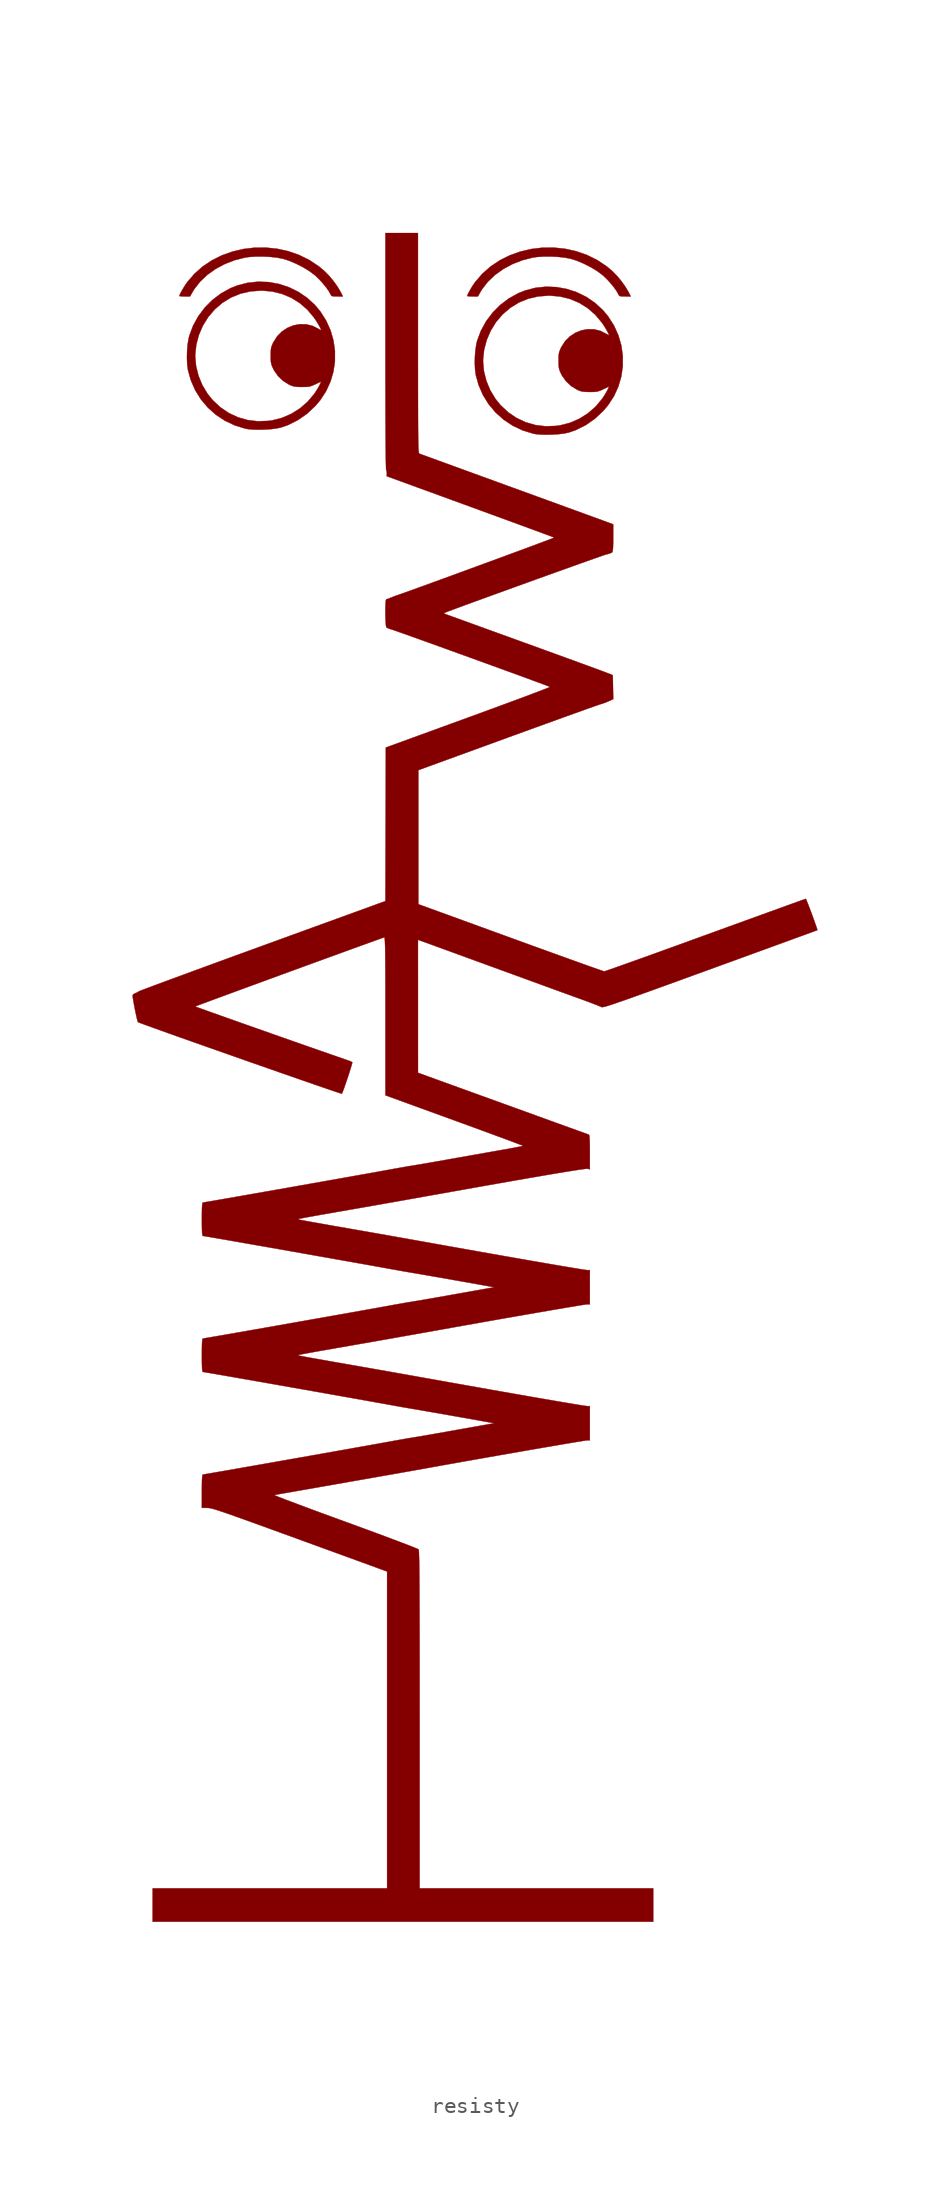
<source format=kicad_sym>
(kicad_symbol_lib
  (version 20231120)
  (generator "kicad_symbol_editor")
  (generator_version "8.0")
  (symbol "resisty"
    (pin_names
      (offset 1.016))
    (property "Reference" "#G"
      (at 0 64.56 0)
      (effects (font (size 1.27 1.27)) (hide yes)))
    (symbol "resisty_0_0"
      (polyline (pts (xy -13.311 51.178) (xy -13.199 51.362) (xy -12.836 51.827) (xy -12.391 52.248) (xy -11.875 52.617) (xy -11.302 52.926) (xy -10.683 53.167) (xy -10.031 53.333) (xy -9.738 53.373) (xy -9.319 53.399) (xy -8.865 53.398) (xy -8.412 53.373) (xy -7.992 53.324) (xy -7.641 53.253) (xy -7.282 53.138) (xy -6.847 52.955) (xy -6.413 52.734) (xy -6.015 52.493) (xy -5.685 52.248) (xy -5.618 52.19) (xy -5.389 51.968) (xy -5.162 51.72) (xy -4.957 51.468) (xy -4.793 51.236) (xy -4.689 51.048) (xy -4.677 51.02) (xy -4.637 50.956) (xy -4.574 50.921) (xy -4.46 50.907) (xy -4.27 50.904) (xy -3.91 50.904) (xy -4.048 51.178) (xy -4.054 51.189) (xy -4.245 51.511) (xy -4.491 51.856) (xy -4.766 52.188) (xy -5.042 52.471) (xy -5.415 52.785) (xy -6.01 53.181) (xy -6.648 53.496) (xy -7.318 53.729) (xy -8.011 53.883) (xy -8.716 53.956) (xy -9.425 53.952) (xy -10.127 53.87) (xy -10.812 53.71) (xy -11.471 53.475) (xy -12.094 53.164) (xy -12.671 52.778) (xy -13.193 52.319) (xy -13.649 51.786) (xy -13.71 51.701) (xy -13.825 51.524) (xy -13.939 51.333) (xy -14.038 51.154) (xy -14.108 51.012) (xy -14.134 50.932) (xy -14.092 50.919) (xy -13.972 50.908) (xy -13.8 50.904) (xy -13.466 50.904) (xy -13.311 51.178)) (stroke (width 0.01) (type default)) (fill (type outline)))
      (polyline (pts (xy 4.683 51.178) (xy 4.795 51.362) (xy 5.158 51.827) (xy 5.603 52.248) (xy 6.119 52.617) (xy 6.692 52.926) (xy 7.31 53.167) (xy 7.963 53.333) (xy 8.256 53.373) (xy 8.675 53.399) (xy 9.129 53.398) (xy 9.582 53.373) (xy 10.002 53.324) (xy 10.353 53.253) (xy 10.711 53.138) (xy 11.146 52.955) (xy 11.581 52.734) (xy 11.979 52.493) (xy 12.309 52.248) (xy 12.376 52.19) (xy 12.605 51.968) (xy 12.832 51.72) (xy 13.037 51.468) (xy 13.201 51.236) (xy 13.304 51.048) (xy 13.316 51.02) (xy 13.357 50.956) (xy 13.42 50.921) (xy 13.533 50.907) (xy 13.724 50.904) (xy 14.084 50.904) (xy 13.945 51.178) (xy 13.94 51.189) (xy 13.749 51.511) (xy 13.502 51.856) (xy 13.227 52.188) (xy 12.952 52.471) (xy 12.579 52.785) (xy 11.983 53.181) (xy 11.346 53.496) (xy 10.676 53.729) (xy 9.983 53.883) (xy 9.278 53.956) (xy 8.569 53.952) (xy 7.867 53.87) (xy 7.182 53.71) (xy 6.523 53.475) (xy 5.9 53.164) (xy 5.322 52.778) (xy 4.801 52.319) (xy 4.345 51.786) (xy 4.284 51.701) (xy 4.169 51.524) (xy 4.055 51.333) (xy 3.956 51.154) (xy 3.886 51.012) (xy 3.86 50.932) (xy 3.902 50.919) (xy 4.022 50.908) (xy 4.194 50.904) (xy 4.528 50.904) (xy 4.683 51.178)) (stroke (width 0.01) (type default)) (fill (type outline)))
      (polyline (pts (xy -8.769 42.583) (xy -8.39 42.61) (xy -8.05 42.653) (xy -7.781 42.711) (xy -7.344 42.863) (xy -6.729 43.169) (xy -6.156 43.568) (xy -5.629 44.06) (xy -5.322 44.423) (xy -4.959 44.982) (xy -4.686 45.579) (xy -4.502 46.203) (xy -4.409 46.845) (xy -4.408 47.495) (xy -4.497 48.142) (xy -4.679 48.777) (xy -4.954 49.388) (xy -5.321 49.967) (xy -5.653 50.365) (xy -6.144 50.815) (xy -6.689 51.188) (xy -7.28 51.478) (xy -7.904 51.684) (xy -8.552 51.801) (xy -9.211 51.826) (xy -9.871 51.755) (xy -10.521 51.586) (xy -10.944 51.416) (xy -11.532 51.09) (xy -12.069 50.683) (xy -12.545 50.204) (xy -12.951 49.665) (xy -13.277 49.074) (xy -13.512 48.444) (xy -13.555 48.268) (xy -13.615 47.894) (xy -13.65 47.474) (xy -13.656 47.155) (xy -13.142 47.155) (xy -13.14 47.274) (xy -13.074 47.889) (xy -12.913 48.495) (xy -12.663 49.075) (xy -12.332 49.61) (xy -11.928 50.086) (xy -11.441 50.504) (xy -10.9 50.837) (xy -10.314 51.076) (xy -9.686 51.22) (xy -9.018 51.269) (xy -8.978 51.269) (xy -8.332 51.213) (xy -7.714 51.061) (xy -7.134 50.816) (xy -6.601 50.484) (xy -6.124 50.068) (xy -5.711 49.574) (xy -5.591 49.397) (xy -5.471 49.202) (xy -5.367 49.02) (xy -5.295 48.876) (xy -5.268 48.793) (xy -5.277 48.791) (xy -5.347 48.822) (xy -5.463 48.892) (xy -5.806 49.064) (xy -6.199 49.161) (xy -6.602 49.169) (xy -7.001 49.094) (xy -7.38 48.939) (xy -7.725 48.71) (xy -8.021 48.411) (xy -8.252 48.046) (xy -8.315 47.915) (xy -8.373 47.766) (xy -8.406 47.621) (xy -8.42 47.445) (xy -8.423 47.201) (xy -8.422 47.02) (xy -8.412 46.827) (xy -8.385 46.677) (xy -8.335 46.534) (xy -8.254 46.36) (xy -8.217 46.288) (xy -7.963 45.924) (xy -7.636 45.616) (xy -7.261 45.385) (xy -7.209 45.361) (xy -7.055 45.301) (xy -6.904 45.266) (xy -6.72 45.249) (xy -6.467 45.245) (xy -6.391 45.245) (xy -6.202 45.249) (xy -6.051 45.263) (xy -5.913 45.295) (xy -5.76 45.353) (xy -5.566 45.443) (xy -5.306 45.573) (xy -5.286 45.564) (xy -5.308 45.486) (xy -5.373 45.348) (xy -5.474 45.167) (xy -5.604 44.957) (xy -5.706 44.808) (xy -6.113 44.324) (xy -6.59 43.909) (xy -7.124 43.572) (xy -7.703 43.319) (xy -8.313 43.161) (xy -8.58 43.123) (xy -9.234 43.1) (xy -9.868 43.177) (xy -10.475 43.351) (xy -11.048 43.62) (xy -11.578 43.981) (xy -12.059 44.432) (xy -12.374 44.825) (xy -12.697 45.363) (xy -12.936 45.943) (xy -13.087 46.546) (xy -13.142 47.155) (xy -13.656 47.155) (xy -13.659 47.044) (xy -13.641 46.642) (xy -13.595 46.304) (xy -13.421 45.677) (xy -13.147 45.049) (xy -12.789 44.473) (xy -12.356 43.958) (xy -11.853 43.509) (xy -11.287 43.135) (xy -10.666 42.842) (xy -9.996 42.637) (xy -9.839 42.61) (xy -9.525 42.582) (xy -9.158 42.574) (xy -8.769 42.583)) (stroke (width 0.01) (type default)) (fill (type outline)))
      (polyline (pts (xy 9.225 42.27) (xy 9.604 42.297) (xy 9.944 42.34) (xy 10.213 42.398) (xy 10.65 42.55) (xy 11.265 42.856) (xy 11.838 43.255) (xy 12.365 43.747) (xy 12.672 44.11) (xy 13.035 44.669) (xy 13.308 45.266) (xy 13.492 45.89) (xy 13.585 46.532) (xy 13.586 47.182) (xy 13.497 47.829) (xy 13.315 48.464) (xy 13.04 49.075) (xy 12.673 49.654) (xy 12.341 50.052) (xy 11.85 50.502) (xy 11.305 50.875) (xy 10.714 51.166) (xy 10.089 51.371) (xy 9.442 51.488) (xy 8.783 51.513) (xy 8.123 51.443) (xy 7.473 51.273) (xy 7.05 51.104) (xy 6.462 50.777) (xy 5.925 50.37) (xy 5.449 49.891) (xy 5.043 49.352) (xy 4.717 48.761) (xy 4.482 48.131) (xy 4.439 47.955) (xy 4.379 47.581) (xy 4.344 47.161) (xy 4.337 46.842) (xy 4.852 46.842) (xy 4.854 46.961) (xy 4.92 47.576) (xy 5.081 48.182) (xy 5.331 48.762) (xy 5.661 49.297) (xy 6.066 49.773) (xy 6.553 50.191) (xy 7.094 50.524) (xy 7.679 50.763) (xy 8.307 50.907) (xy 8.976 50.956) (xy 9.015 50.956) (xy 9.662 50.9) (xy 10.28 50.748) (xy 10.86 50.503) (xy 11.393 50.171) (xy 11.87 49.755) (xy 12.283 49.261) (xy 12.402 49.084) (xy 12.523 48.889) (xy 12.627 48.707) (xy 12.699 48.563) (xy 12.726 48.48) (xy 12.717 48.478) (xy 12.647 48.509) (xy 12.53 48.579) (xy 12.188 48.751) (xy 11.795 48.848) (xy 11.392 48.856) (xy 10.993 48.781) (xy 10.614 48.626) (xy 10.269 48.397) (xy 9.973 48.098) (xy 9.741 47.733) (xy 9.679 47.602) (xy 9.621 47.453) (xy 9.588 47.309) (xy 9.574 47.132) (xy 9.571 46.888) (xy 9.572 46.707) (xy 9.582 46.514) (xy 9.609 46.364) (xy 9.659 46.221) (xy 9.74 46.047) (xy 9.777 45.975) (xy 10.031 45.611) (xy 10.357 45.303) (xy 10.733 45.072) (xy 10.785 45.048) (xy 10.938 44.988) (xy 11.09 44.953) (xy 11.274 44.937) (xy 11.527 44.932) (xy 11.603 44.932) (xy 11.792 44.936) (xy 11.942 44.95) (xy 12.081 44.982) (xy 12.234 45.04) (xy 12.427 45.13) (xy 12.687 45.26) (xy 12.708 45.251) (xy 12.686 45.173) (xy 12.621 45.035) (xy 12.519 44.854) (xy 12.389 44.644) (xy 12.288 44.495) (xy 11.881 44.011) (xy 11.404 43.596) (xy 10.869 43.258) (xy 10.291 43.006) (xy 9.681 42.849) (xy 9.413 42.81) (xy 8.76 42.787) (xy 8.126 42.864) (xy 7.519 43.038) (xy 6.946 43.307) (xy 6.415 43.668) (xy 5.935 44.119) (xy 5.62 44.512) (xy 5.297 45.05) (xy 5.057 45.63) (xy 4.907 46.233) (xy 4.852 46.842) (xy 4.337 46.842) (xy 4.335 46.731) (xy 4.353 46.33) (xy 4.399 45.991) (xy 4.573 45.364) (xy 4.847 44.736) (xy 5.204 44.16) (xy 5.638 43.645) (xy 6.141 43.197) (xy 6.707 42.822) (xy 7.328 42.529) (xy 7.998 42.324) (xy 8.155 42.297) (xy 8.469 42.269) (xy 8.836 42.261) (xy 9.225 42.27)) (stroke (width 0.01) (type default)) (fill (type outline)))
      (polyline (pts (xy 15.49 -49.653) (xy 15.49 -48.609) (xy 8.188 -48.609) (xy 0.887 -48.609) (xy 0.887 -38.058) (xy 0.886 -37.01) (xy 0.886 -35.81) (xy 0.886 -34.708) (xy 0.885 -33.7) (xy 0.884 -32.783) (xy 0.882 -31.952) (xy 0.88 -31.205) (xy 0.878 -30.538) (xy 0.875 -29.946) (xy 0.872 -29.427) (xy 0.869 -28.977) (xy 0.865 -28.592) (xy 0.86 -28.269) (xy 0.855 -28.004) (xy 0.849 -27.793) (xy 0.843 -27.633) (xy 0.837 -27.52) (xy 0.829 -27.45) (xy 0.821 -27.421) (xy 0.82 -27.419) (xy 0.75 -27.384) (xy 0.591 -27.318) (xy 0.348 -27.221) (xy 0.029 -27.098) (xy -0.36 -26.95) (xy -0.81 -26.78) (xy -1.317 -26.59) (xy -1.871 -26.384) (xy -2.467 -26.165) (xy -3.098 -25.933) (xy -3.755 -25.693) (xy -3.864 -25.654) (xy -4.514 -25.416) (xy -5.132 -25.19) (xy -5.713 -24.976) (xy -6.248 -24.777) (xy -6.733 -24.596) (xy -7.159 -24.435) (xy -7.521 -24.298) (xy -7.812 -24.185) (xy -8.024 -24.101) (xy -8.152 -24.047) (xy -8.188 -24.026) (xy -8.124 -24.009) (xy -7.978 -23.98) (xy -7.797 -23.947) (xy -7.75 -23.939) (xy -7.59 -23.911) (xy -7.342 -23.868) (xy -7.019 -23.812) (xy -6.631 -23.744) (xy -6.189 -23.667) (xy -5.703 -23.581) (xy -5.184 -23.49) (xy -4.642 -23.395) (xy -4.481 -23.367) (xy -3.907 -23.266) (xy -3.335 -23.166) (xy -2.78 -23.068) (xy -2.256 -22.976) (xy -1.777 -22.892) (xy -1.358 -22.819) (xy -1.013 -22.758) (xy -0.756 -22.713) (xy -0.651 -22.695) (xy -0.256 -22.625) (xy 0.199 -22.544) (xy 0.68 -22.458) (xy 1.155 -22.373) (xy 1.591 -22.295) (xy 1.93 -22.234) (xy 2.547 -22.123) (xy 3.196 -22.008) (xy 3.867 -21.888) (xy 4.553 -21.767) (xy 5.247 -21.645) (xy 5.941 -21.523) (xy 6.626 -21.404) (xy 7.294 -21.287) (xy 7.939 -21.175) (xy 8.552 -21.069) (xy 9.124 -20.971) (xy 9.65 -20.881) (xy 10.119 -20.801) (xy 10.525 -20.733) (xy 10.86 -20.678) (xy 11.116 -20.636) (xy 11.285 -20.611) (xy 11.359 -20.602) (xy 11.527 -20.602) (xy 11.527 -19.532) (xy 11.527 -18.463) (xy 11.36 -18.463) (xy 11.357 -18.463) (xy 11.269 -18.453) (xy 11.085 -18.425) (xy 10.812 -18.382) (xy 10.455 -18.323) (xy 10.022 -18.25) (xy 9.518 -18.165) (xy 8.951 -18.067) (xy 8.325 -17.96) (xy 7.649 -17.842) (xy 6.927 -17.716) (xy 6.167 -17.583) (xy 5.375 -17.444) (xy 4.557 -17.299) (xy 3.719 -17.15) (xy 2.869 -16.999) (xy 2.726 -16.973) (xy 1.902 -16.826) (xy 1.165 -16.695) (xy 0.503 -16.577) (xy -0.097 -16.47) (xy -0.648 -16.372) (xy -1.162 -16.281) (xy -1.652 -16.195) (xy -2.132 -16.11) (xy -2.614 -16.026) (xy -3.11 -15.939) (xy -3.634 -15.848) (xy -4.199 -15.749) (xy -4.207 -15.748) (xy -4.698 -15.662) (xy -5.157 -15.581) (xy -5.574 -15.507) (xy -5.939 -15.442) (xy -6.241 -15.387) (xy -6.471 -15.344) (xy -6.617 -15.315) (xy -6.672 -15.303) (xy -6.672 -15.261) (xy -6.672 -15.261) (xy -6.616 -15.248) (xy -6.468 -15.219) (xy -6.237 -15.176) (xy -5.934 -15.121) (xy -5.568 -15.055) (xy -5.15 -14.981) (xy -4.691 -14.9) (xy -4.199 -14.814) (xy -4.104 -14.798) (xy -3.547 -14.701) (xy -3.028 -14.61) (xy -2.535 -14.524) (xy -2.055 -14.44) (xy -1.574 -14.355) (xy -1.081 -14.268) (xy -0.562 -14.176) (xy -0.004 -14.077) (xy 0.605 -13.969) (xy 1.278 -13.849) (xy 2.028 -13.715) (xy 2.869 -13.565) (xy 2.932 -13.553) (xy 3.782 -13.402) (xy 4.618 -13.254) (xy 5.434 -13.109) (xy 6.224 -12.97) (xy 6.982 -12.838) (xy 7.7 -12.712) (xy 8.373 -12.596) (xy 8.995 -12.488) (xy 9.558 -12.392) (xy 10.056 -12.307) (xy 10.484 -12.236) (xy 10.835 -12.178) (xy 11.102 -12.136) (xy 11.279 -12.109) (xy 11.36 -12.1) (xy 11.527 -12.1) (xy 11.527 -11.031) (xy 11.527 -9.962) (xy 11.36 -9.962) (xy 11.357 -9.962) (xy 11.269 -9.951) (xy 11.085 -9.924) (xy 10.812 -9.88) (xy 10.455 -9.822) (xy 10.022 -9.749) (xy 9.518 -9.663) (xy 8.951 -9.566) (xy 8.325 -9.458) (xy 7.649 -9.341) (xy 6.927 -9.215) (xy 6.167 -9.082) (xy 5.375 -8.942) (xy 4.557 -8.798) (xy 3.719 -8.649) (xy 2.869 -8.497) (xy 2.726 -8.472) (xy 1.902 -8.325) (xy 1.165 -8.193) (xy 0.503 -8.075) (xy -0.097 -7.968) (xy -0.648 -7.871) (xy -1.162 -7.78) (xy -1.652 -7.693) (xy -2.132 -7.609) (xy -2.614 -7.524) (xy -3.11 -7.438) (xy -3.634 -7.346) (xy -4.199 -7.248) (xy -4.207 -7.247) (xy -4.698 -7.161) (xy -5.157 -7.08) (xy -5.574 -7.006) (xy -5.939 -6.94) (xy -6.241 -6.885) (xy -6.471 -6.843) (xy -6.617 -6.814) (xy -6.672 -6.801) (xy -6.672 -6.76) (xy -6.672 -6.76) (xy -6.616 -6.746) (xy -6.468 -6.718) (xy -6.237 -6.675) (xy -5.934 -6.619) (xy -5.568 -6.554) (xy -5.15 -6.479) (xy -4.691 -6.398) (xy -4.199 -6.312) (xy -4.104 -6.296) (xy -3.547 -6.199) (xy -3.028 -6.109) (xy -2.535 -6.022) (xy -2.055 -5.938) (xy -1.574 -5.854) (xy -1.081 -5.766) (xy -0.562 -5.675) (xy -0.004 -5.576) (xy 0.605 -5.467) (xy 1.278 -5.347) (xy 2.028 -5.213) (xy 2.869 -5.063) (xy 3.644 -4.925) (xy 4.85 -4.711) (xy 5.954 -4.516) (xy 6.955 -4.34) (xy 7.855 -4.184) (xy 8.652 -4.047) (xy 9.347 -3.929) (xy 9.94 -3.83) (xy 10.431 -3.751) (xy 10.819 -3.691) (xy 11.107 -3.65) (xy 11.292 -3.628) (xy 11.376 -3.626) (xy 11.527 -3.659) (xy 11.527 -2.584) (xy 11.526 -2.332) (xy 11.522 -2.008) (xy 11.514 -1.772) (xy 11.502 -1.614) (xy 11.485 -1.523) (xy 11.461 -1.49) (xy 11.46 -1.49) (xy 11.397 -1.467) (xy 11.242 -1.412) (xy 11.003 -1.326) (xy 10.685 -1.211) (xy 10.295 -1.07) (xy 9.84 -0.906) (xy 9.325 -0.72) (xy 8.758 -0.514) (xy 8.145 -0.292) (xy 7.491 -0.056) (xy 6.804 0.193) (xy 6.09 0.451) (xy 0.784 2.373) (xy 0.783 6.53) (xy 0.782 10.687) (xy 0.978 10.617) (xy 1.014 10.604) (xy 1.155 10.553) (xy 1.379 10.472) (xy 1.677 10.363) (xy 2.041 10.23) (xy 2.46 10.078) (xy 2.925 9.909) (xy 3.426 9.726) (xy 3.955 9.533) (xy 4.502 9.334) (xy 5.057 9.131) (xy 5.611 8.929) (xy 6.155 8.731) (xy 6.679 8.54) (xy 7.173 8.359) (xy 7.629 8.193) (xy 8.037 8.044) (xy 8.387 7.917) (xy 8.67 7.813) (xy 8.876 7.738) (xy 8.997 7.693) (xy 9.135 7.643) (xy 9.379 7.554) (xy 9.687 7.442) (xy 10.038 7.315) (xy 10.415 7.179) (xy 10.796 7.041) (xy 11.149 6.913) (xy 11.479 6.79) (xy 11.768 6.681) (xy 12.001 6.591) (xy 12.164 6.524) (xy 12.243 6.487) (xy 12.255 6.481) (xy 12.284 6.476) (xy 12.328 6.478) (xy 12.391 6.489) (xy 12.48 6.51) (xy 12.598 6.543) (xy 12.75 6.59) (xy 12.942 6.653) (xy 13.178 6.733) (xy 13.463 6.831) (xy 13.803 6.95) (xy 14.201 7.092) (xy 14.663 7.257) (xy 15.194 7.448) (xy 15.799 7.667) (xy 16.481 7.914) (xy 17.248 8.192) (xy 18.102 8.503) (xy 19.049 8.847) (xy 19.51 9.015) (xy 20.297 9.301) (xy 21.053 9.576) (xy 21.773 9.839) (xy 22.452 10.086) (xy 23.083 10.316) (xy 23.661 10.526) (xy 24.18 10.716) (xy 24.636 10.882) (xy 25.021 11.022) (xy 25.331 11.135) (xy 25.559 11.219) (xy 25.701 11.271) (xy 25.751 11.29) (xy 25.743 11.33) (xy 25.705 11.451) (xy 25.641 11.636) (xy 25.559 11.867) (xy 25.466 12.125) (xy 25.367 12.393) (xy 25.269 12.652) (xy 25.18 12.885) (xy 25.105 13.074) (xy 25.052 13.201) (xy 25.027 13.247) (xy 25.026 13.247) (xy 24.965 13.226) (xy 24.811 13.172) (xy 24.572 13.086) (xy 24.253 12.972) (xy 23.86 12.83) (xy 23.399 12.663) (xy 22.876 12.474) (xy 22.296 12.264) (xy 21.666 12.036) (xy 20.991 11.791) (xy 20.277 11.532) (xy 19.53 11.26) (xy 18.756 10.979) (xy 18.686 10.954) (xy 17.913 10.673) (xy 17.167 10.402) (xy 16.453 10.144) (xy 15.779 9.9) (xy 15.149 9.673) (xy 14.569 9.465) (xy 14.046 9.278) (xy 13.586 9.114) (xy 13.193 8.975) (xy 12.875 8.863) (xy 12.638 8.78) (xy 12.486 8.73) (xy 12.427 8.712) (xy 12.403 8.718) (xy 12.289 8.756) (xy 12.087 8.826) (xy 11.803 8.926) (xy 11.443 9.053) (xy 11.013 9.207) (xy 10.52 9.384) (xy 9.969 9.582) (xy 9.367 9.799) (xy 8.72 10.033) (xy 8.035 10.281) (xy 7.316 10.542) (xy 6.572 10.813) (xy 0.808 12.911) (xy 0.808 17.102) (xy 0.808 21.293) (xy 6.427 23.34) (xy 6.726 23.449) (xy 7.453 23.713) (xy 8.153 23.967) (xy 8.818 24.208) (xy 9.442 24.434) (xy 10.02 24.642) (xy 10.544 24.831) (xy 11.008 24.998) (xy 11.406 25.14) (xy 11.732 25.255) (xy 11.978 25.342) (xy 12.14 25.397) (xy 12.21 25.419) (xy 12.312 25.448) (xy 12.491 25.511) (xy 12.682 25.59) (xy 12.989 25.728) (xy 12.975 26.48) (xy 12.961 27.231) (xy 12.517 27.404) (xy 12.496 27.412) (xy 12.357 27.464) (xy 12.13 27.548) (xy 11.822 27.662) (xy 11.441 27.801) (xy 10.994 27.964) (xy 10.489 28.149) (xy 9.933 28.351) (xy 9.334 28.569) (xy 8.699 28.799) (xy 8.037 29.04) (xy 7.354 29.287) (xy 7.105 29.377) (xy 6.439 29.619) (xy 5.802 29.849) (xy 5.201 30.067) (xy 4.643 30.269) (xy 4.134 30.454) (xy 3.681 30.618) (xy 3.292 30.759) (xy 2.974 30.874) (xy 2.732 30.962) (xy 2.575 31.018) (xy 2.509 31.043) (xy 2.432 31.079) (xy 2.408 31.111) (xy 2.421 31.118) (xy 2.518 31.157) (xy 2.701 31.227) (xy 2.963 31.325) (xy 3.296 31.448) (xy 3.692 31.594) (xy 4.142 31.759) (xy 4.64 31.94) (xy 5.176 32.135) (xy 5.743 32.341) (xy 6.334 32.556) (xy 6.939 32.775) (xy 7.552 32.996) (xy 8.164 33.217) (xy 8.767 33.434) (xy 9.353 33.645) (xy 9.915 33.846) (xy 10.444 34.035) (xy 10.932 34.21) (xy 11.372 34.366) (xy 11.755 34.502) (xy 12.075 34.614) (xy 12.321 34.7) (xy 12.488 34.756) (xy 12.566 34.78) (xy 12.679 34.808) (xy 12.83 34.857) (xy 12.918 34.9) (xy 12.943 34.944) (xy 12.964 35.047) (xy 12.977 35.216) (xy 12.985 35.466) (xy 12.987 35.808) (xy 12.987 36.658) (xy 12.713 36.761) (xy 12.682 36.772) (xy 12.552 36.82) (xy 12.332 36.9) (xy 12.031 37.01) (xy 11.654 37.147) (xy 11.209 37.31) (xy 10.701 37.495) (xy 10.137 37.7) (xy 9.523 37.924) (xy 8.866 38.163) (xy 8.173 38.416) (xy 7.449 38.679) (xy 6.702 38.951) (xy 6.291 39.1) (xy 5.562 39.366) (xy 4.862 39.621) (xy 4.199 39.862) (xy 3.578 40.088) (xy 3.005 40.297) (xy 2.487 40.486) (xy 2.03 40.652) (xy 1.64 40.795) (xy 1.323 40.91) (xy 1.085 40.997) (xy 0.934 41.052) (xy 0.874 41.075) (xy 0.863 41.081) (xy 0.851 41.098) (xy 0.84 41.13) (xy 0.831 41.183) (xy 0.822 41.262) (xy 0.815 41.371) (xy 0.808 41.517) (xy 0.803 41.703) (xy 0.798 41.937) (xy 0.794 42.222) (xy 0.791 42.565) (xy 0.788 42.969) (xy 0.786 43.442) (xy 0.785 43.987) (xy 0.784 44.61) (xy 0.783 45.317) (xy 0.783 46.112) (xy 0.782 47.001) (xy 0.782 47.989) (xy 0.782 54.868) (xy -0.235 54.868) (xy -1.252 54.868) (xy -1.252 47.465) (xy -1.252 47.38) (xy -1.251 46.226) (xy -1.25 45.169) (xy -1.248 44.207) (xy -1.246 43.343) (xy -1.242 42.578) (xy -1.238 41.911) (xy -1.234 41.344) (xy -1.228 40.877) (xy -1.222 40.511) (xy -1.215 40.248) (xy -1.208 40.087) (xy -1.2 40.03) (xy -1.198 40.029) (xy -1.167 39.957) (xy -1.161 39.832) (xy -1.173 39.667) (xy 4.051 37.762) (xy 4.751 37.506) (xy 5.431 37.258) (xy 6.077 37.021) (xy 6.683 36.8) (xy 7.241 36.595) (xy 7.747 36.409) (xy 8.193 36.245) (xy 8.572 36.104) (xy 8.88 35.99) (xy 9.108 35.905) (xy 9.252 35.85) (xy 9.303 35.829) (xy 9.272 35.815) (xy 9.152 35.767) (xy 8.948 35.69) (xy 8.669 35.584) (xy 8.322 35.455) (xy 7.915 35.303) (xy 7.457 35.133) (xy 6.955 34.947) (xy 6.417 34.749) (xy 5.851 34.54) (xy 5.265 34.325) (xy 4.667 34.105) (xy 4.066 33.885) (xy 3.468 33.666) (xy 2.882 33.451) (xy 2.316 33.245) (xy 1.777 33.048) (xy 1.275 32.865) (xy 0.816 32.699) (xy 0.408 32.551) (xy 0.06 32.426) (xy -0.221 32.326) (xy -0.426 32.254) (xy -0.548 32.213) (xy -0.586 32.2) (xy -0.75 32.139) (xy -0.925 32.067) (xy -0.991 32.04) (xy -1.123 31.991) (xy -1.199 31.972) (xy -1.219 31.934) (xy -1.236 31.811) (xy -1.248 31.622) (xy -1.254 31.389) (xy -1.255 31.132) (xy -1.251 30.872) (xy -1.242 30.629) (xy -1.228 30.424) (xy -1.21 30.277) (xy -1.187 30.211) (xy -1.124 30.177) (xy -0.984 30.123) (xy -0.808 30.066) (xy -0.727 30.04) (xy -0.554 29.98) (xy -0.301 29.891) (xy 0.023 29.776) (xy 0.411 29.638) (xy 0.853 29.479) (xy 1.342 29.303) (xy 1.871 29.113) (xy 2.43 28.912) (xy 3.012 28.701) (xy 3.608 28.485) (xy 4.212 28.267) (xy 4.814 28.049) (xy 5.406 27.833) (xy 5.981 27.624) (xy 6.531 27.424) (xy 7.047 27.236) (xy 7.521 27.062) (xy 7.945 26.906) (xy 8.312 26.771) (xy 8.612 26.66) (xy 8.839 26.575) (xy 8.983 26.519) (xy 9.038 26.496) (xy 9.002 26.477) (xy 8.876 26.424) (xy 8.663 26.34) (xy 8.37 26.227) (xy 8.005 26.089) (xy 7.572 25.926) (xy 7.079 25.742) (xy 6.532 25.539) (xy 5.936 25.319) (xy 5.3 25.085) (xy 4.628 24.839) (xy 3.927 24.583) (xy -1.226 22.706) (xy -1.239 17.906) (xy -1.252 13.106) (xy -8.958 10.304) (xy -9.445 10.126) (xy -10.293 9.818) (xy -11.11 9.52) (xy -11.892 9.234) (xy -12.634 8.962) (xy -13.33 8.707) (xy -13.975 8.47) (xy -14.565 8.252) (xy -15.093 8.057) (xy -15.555 7.886) (xy -15.944 7.741) (xy -16.257 7.623) (xy -16.488 7.535) (xy -16.63 7.479) (xy -16.68 7.457) (xy -16.684 7.45) (xy -16.753 7.403) (xy -16.876 7.353) (xy -16.9 7.344) (xy -17.01 7.282) (xy -17.055 7.216) (xy -17.047 7.121) (xy -17.022 6.946) (xy -16.983 6.721) (xy -16.936 6.468) (xy -16.884 6.208) (xy -16.833 5.964) (xy -16.785 5.757) (xy -16.747 5.609) (xy -16.721 5.542) (xy -16.689 5.527) (xy -16.566 5.479) (xy -16.357 5.402) (xy -16.069 5.297) (xy -15.71 5.167) (xy -15.287 5.015) (xy -14.806 4.843) (xy -14.274 4.654) (xy -13.7 4.45) (xy -13.089 4.234) (xy -12.449 4.008) (xy -11.787 3.775) (xy -11.11 3.536) (xy -10.425 3.296) (xy -9.74 3.055) (xy -9.061 2.817) (xy -8.395 2.584) (xy -7.75 2.358) (xy -7.132 2.143) (xy -6.548 1.94) (xy -6.007 1.752) (xy -5.514 1.581) (xy -5.077 1.431) (xy -4.703 1.303) (xy -4.399 1.2) (xy -4.172 1.124) (xy -4.029 1.078) (xy -3.977 1.065) (xy -3.961 1.092) (xy -3.914 1.204) (xy -3.847 1.383) (xy -3.766 1.611) (xy -3.678 1.87) (xy -3.587 2.14) (xy -3.501 2.405) (xy -3.426 2.644) (xy -3.367 2.841) (xy -3.331 2.976) (xy -3.324 3.031) (xy -3.338 3.042) (xy -3.433 3.088) (xy -3.573 3.142) (xy -3.804 3.222) (xy -4.247 3.376) (xy -4.74 3.547) (xy -5.274 3.733) (xy -5.841 3.932) (xy -6.434 4.139) (xy -7.045 4.354) (xy -7.667 4.572) (xy -8.29 4.792) (xy -8.909 5.01) (xy -9.514 5.223) (xy -10.099 5.43) (xy -10.655 5.626) (xy -11.175 5.811) (xy -11.65 5.979) (xy -12.074 6.13) (xy -12.438 6.26) (xy -12.735 6.367) (xy -12.956 6.447) (xy -13.095 6.499) (xy -13.143 6.518) (xy -13.12 6.528) (xy -13.009 6.572) (xy -12.812 6.646) (xy -12.537 6.748) (xy -12.191 6.877) (xy -11.781 7.028) (xy -11.314 7.2) (xy -10.798 7.39) (xy -10.24 7.595) (xy -9.647 7.813) (xy -9.027 8.04) (xy -8.387 8.275) (xy -7.734 8.514) (xy -7.075 8.755) (xy -6.418 8.995) (xy -5.77 9.231) (xy -5.138 9.461) (xy -4.53 9.683) (xy -3.953 9.893) (xy -3.414 10.089) (xy -2.921 10.268) (xy -2.48 10.427) (xy -2.1 10.565) (xy -1.787 10.677) (xy -1.548 10.762) (xy -1.391 10.817) (xy -1.324 10.839) (xy -1.323 10.839) (xy -1.311 10.829) (xy -1.3 10.789) (xy -1.291 10.713) (xy -1.283 10.597) (xy -1.276 10.434) (xy -1.27 10.218) (xy -1.265 9.944) (xy -1.261 9.606) (xy -1.258 9.198) (xy -1.255 8.714) (xy -1.253 8.15) (xy -1.252 7.498) (xy -1.252 6.754) (xy -1.251 5.91) (xy -1.251 0.965) (xy 3.051 -0.6) (xy 3.618 -0.806) (xy 4.233 -1.031) (xy 4.813 -1.243) (xy 5.351 -1.441) (xy 5.84 -1.621) (xy 6.273 -1.781) (xy 6.644 -1.919) (xy 6.944 -2.031) (xy 7.167 -2.116) (xy 7.306 -2.171) (xy 7.354 -2.192) (xy 7.325 -2.203) (xy 7.207 -2.231) (xy 7.01 -2.271) (xy 6.749 -2.321) (xy 6.438 -2.378) (xy 6.089 -2.44) (xy 5.905 -2.472) (xy 5.494 -2.544) (xy 5.016 -2.628) (xy 4.496 -2.72) (xy 3.957 -2.816) (xy 3.424 -2.91) (xy 2.921 -3) (xy 2.524 -3.07) (xy 2.076 -3.15) (xy 1.653 -3.224) (xy 1.271 -3.29) (xy 0.944 -3.346) (xy 0.689 -3.389) (xy 0.521 -3.417) (xy 0.283 -3.455) (xy -0.028 -3.508) (xy -0.362 -3.566) (xy -0.678 -3.623) (xy -0.907 -3.665) (xy -1.274 -3.731) (xy -1.708 -3.809) (xy -2.201 -3.898) (xy -2.746 -3.995) (xy -3.335 -4.1) (xy -3.961 -4.211) (xy -4.615 -4.327) (xy -5.29 -4.447) (xy -5.978 -4.569) (xy -6.671 -4.691) (xy -7.362 -4.814) (xy -8.044 -4.934) (xy -8.707 -5.05) (xy -9.345 -5.162) (xy -9.95 -5.269) (xy -10.514 -5.367) (xy -11.029 -5.457) (xy -11.488 -5.537) (xy -11.882 -5.606) (xy -12.205 -5.661) (xy -12.449 -5.702) (xy -12.605 -5.728) (xy -12.666 -5.737) (xy -12.67 -5.738) (xy -12.691 -5.783) (xy -12.707 -5.902) (xy -12.718 -6.103) (xy -12.724 -6.393) (xy -12.726 -6.78) (xy -12.726 -6.846) (xy -12.723 -7.218) (xy -12.717 -7.494) (xy -12.705 -7.682) (xy -12.688 -7.789) (xy -12.666 -7.823) (xy -12.654 -7.825) (xy -12.556 -7.84) (xy -12.365 -7.872) (xy -12.09 -7.919) (xy -11.738 -7.98) (xy -11.317 -8.053) (xy -10.835 -8.137) (xy -10.299 -8.231) (xy -9.717 -8.333) (xy -9.097 -8.442) (xy -8.445 -8.556) (xy -7.771 -8.675) (xy -7.082 -8.797) (xy -6.385 -8.92) (xy -5.688 -9.043) (xy -4.998 -9.165) (xy -4.324 -9.285) (xy -3.673 -9.4) (xy -3.052 -9.511) (xy -2.47 -9.614) (xy -1.934 -9.71) (xy -1.451 -9.797) (xy -1.03 -9.873) (xy -0.678 -9.937) (xy -0.664 -9.939) (xy -0.364 -9.993) (xy -0.066 -10.046) (xy 0.197 -10.091) (xy 0.391 -10.124) (xy 0.402 -10.126) (xy 0.547 -10.15) (xy 0.78 -10.19) (xy 1.085 -10.242) (xy 1.448 -10.306) (xy 1.856 -10.377) (xy 2.295 -10.454) (xy 2.749 -10.533) (xy 3.205 -10.614) (xy 3.649 -10.692) (xy 4.066 -10.766) (xy 4.443 -10.833) (xy 4.766 -10.89) (xy 5.019 -10.936) (xy 5.189 -10.967) (xy 5.555 -11.035) (xy 5.189 -11.098) (xy 5.067 -11.119) (xy 4.849 -11.158) (xy 4.556 -11.21) (xy 4.203 -11.273) (xy 3.803 -11.344) (xy 3.37 -11.421) (xy 2.921 -11.501) (xy 2.524 -11.572) (xy 2.076 -11.651) (xy 1.653 -11.725) (xy 1.271 -11.791) (xy 0.944 -11.848) (xy 0.689 -11.891) (xy 0.521 -11.918) (xy 0.283 -11.957) (xy -0.028 -12.009) (xy -0.362 -12.068) (xy -0.678 -12.124) (xy -0.907 -12.166) (xy -1.274 -12.233) (xy -1.708 -12.311) (xy -2.201 -12.399) (xy -2.746 -12.497) (xy -3.335 -12.602) (xy -3.961 -12.713) (xy -4.615 -12.829) (xy -5.29 -12.949) (xy -5.978 -13.07) (xy -6.671 -13.193) (xy -7.362 -13.315) (xy -8.044 -13.435) (xy -8.707 -13.552) (xy -9.345 -13.664) (xy -9.95 -13.77) (xy -10.514 -13.869) (xy -11.029 -13.959) (xy -11.488 -14.039) (xy -11.882 -14.107) (xy -12.205 -14.162) (xy -12.449 -14.204) (xy -12.605 -14.23) (xy -12.666 -14.239) (xy -12.67 -14.239) (xy -12.691 -14.284) (xy -12.707 -14.403) (xy -12.718 -14.604) (xy -12.724 -14.895) (xy -12.726 -15.282) (xy -12.726 -15.347) (xy -12.723 -15.719) (xy -12.717 -15.995) (xy -12.705 -16.183) (xy -12.688 -16.291) (xy -12.666 -16.325) (xy -12.654 -16.326) (xy -12.556 -16.342) (xy -12.365 -16.374) (xy -12.09 -16.421) (xy -11.738 -16.482) (xy -11.317 -16.555) (xy -10.835 -16.639) (xy -10.299 -16.733) (xy -9.717 -16.834) (xy -9.097 -16.943) (xy -8.445 -17.058) (xy -7.771 -17.177) (xy -7.082 -17.298) (xy -6.385 -17.421) (xy -5.688 -17.544) (xy -4.998 -17.666) (xy -4.324 -17.786) (xy -3.673 -17.902) (xy -3.052 -18.012) (xy -2.47 -18.116) (xy -1.934 -18.212) (xy -1.451 -18.298) (xy -1.03 -18.374) (xy -0.678 -18.438) (xy -0.664 -18.441) (xy -0.364 -18.495) (xy -0.066 -18.547) (xy 0.197 -18.593) (xy 0.391 -18.625) (xy 0.402 -18.627) (xy 0.547 -18.651) (xy 0.78 -18.691) (xy 1.085 -18.744) (xy 1.448 -18.807) (xy 1.856 -18.878) (xy 2.295 -18.955) (xy 2.749 -19.035) (xy 3.205 -19.115) (xy 3.649 -19.193) (xy 4.066 -19.267) (xy 4.443 -19.334) (xy 4.766 -19.392) (xy 5.019 -19.437) (xy 5.189 -19.468) (xy 5.555 -19.536) (xy 5.189 -19.599) (xy 5.067 -19.621) (xy 4.849 -19.659) (xy 4.556 -19.711) (xy 4.203 -19.774) (xy 3.803 -19.845) (xy 3.37 -19.922) (xy 2.921 -20.003) (xy 2.524 -20.073) (xy 2.076 -20.152) (xy 1.653 -20.226) (xy 1.271 -20.293) (xy 0.944 -20.349) (xy 0.689 -20.392) (xy 0.521 -20.419) (xy 0.283 -20.458) (xy -0.028 -20.511) (xy -0.362 -20.569) (xy -0.678 -20.626) (xy -0.907 -20.668) (xy -1.274 -20.734) (xy -1.708 -20.812) (xy -2.201 -20.901) (xy -2.746 -20.998) (xy -3.335 -21.103) (xy -3.961 -21.214) (xy -4.615 -21.33) (xy -5.29 -21.45) (xy -5.978 -21.572) (xy -6.671 -21.694) (xy -7.362 -21.816) (xy -8.044 -21.936) (xy -8.707 -22.053) (xy -9.345 -22.165) (xy -9.95 -22.271) (xy -10.514 -22.37) (xy -11.029 -22.46) (xy -11.488 -22.54) (xy -11.882 -22.608) (xy -12.205 -22.664) (xy -12.449 -22.705) (xy -12.605 -22.731) (xy -12.666 -22.74) (xy -12.67 -22.741) (xy -12.691 -22.786) (xy -12.707 -22.905) (xy -12.718 -23.106) (xy -12.724 -23.396) (xy -12.726 -23.783) (xy -12.726 -24.826) (xy -12.392 -24.826) (xy -12.366 -24.827) (xy -12.304 -24.831) (xy -12.232 -24.841) (xy -12.143 -24.859) (xy -12.031 -24.887) (xy -11.891 -24.927) (xy -11.717 -24.982) (xy -11.503 -25.052) (xy -11.243 -25.14) (xy -10.932 -25.248) (xy -10.564 -25.378) (xy -10.132 -25.533) (xy -9.632 -25.713) (xy -9.057 -25.921) (xy -8.401 -26.159) (xy -7.659 -26.428) (xy -6.824 -26.732) (xy -6.147 -26.979) (xy -5.457 -27.23) (xy -4.799 -27.47) (xy -4.178 -27.696) (xy -3.601 -27.906) (xy -3.075 -28.098) (xy -2.608 -28.268) (xy -2.204 -28.416) (xy -1.872 -28.537) (xy -1.617 -28.63) (xy -1.448 -28.692) (xy -1.369 -28.721) (xy -1.147 -28.804) (xy -1.147 -38.707) (xy -1.147 -48.609) (xy -8.475 -48.609) (xy -15.803 -48.609) (xy -15.803 -49.653) (xy -15.803 -50.696) (xy -0.157 -50.696) (xy 15.49 -50.696) (xy 15.49 -49.653)) (stroke (width 0.01) (type default)) (fill (type outline))))))
</source>
